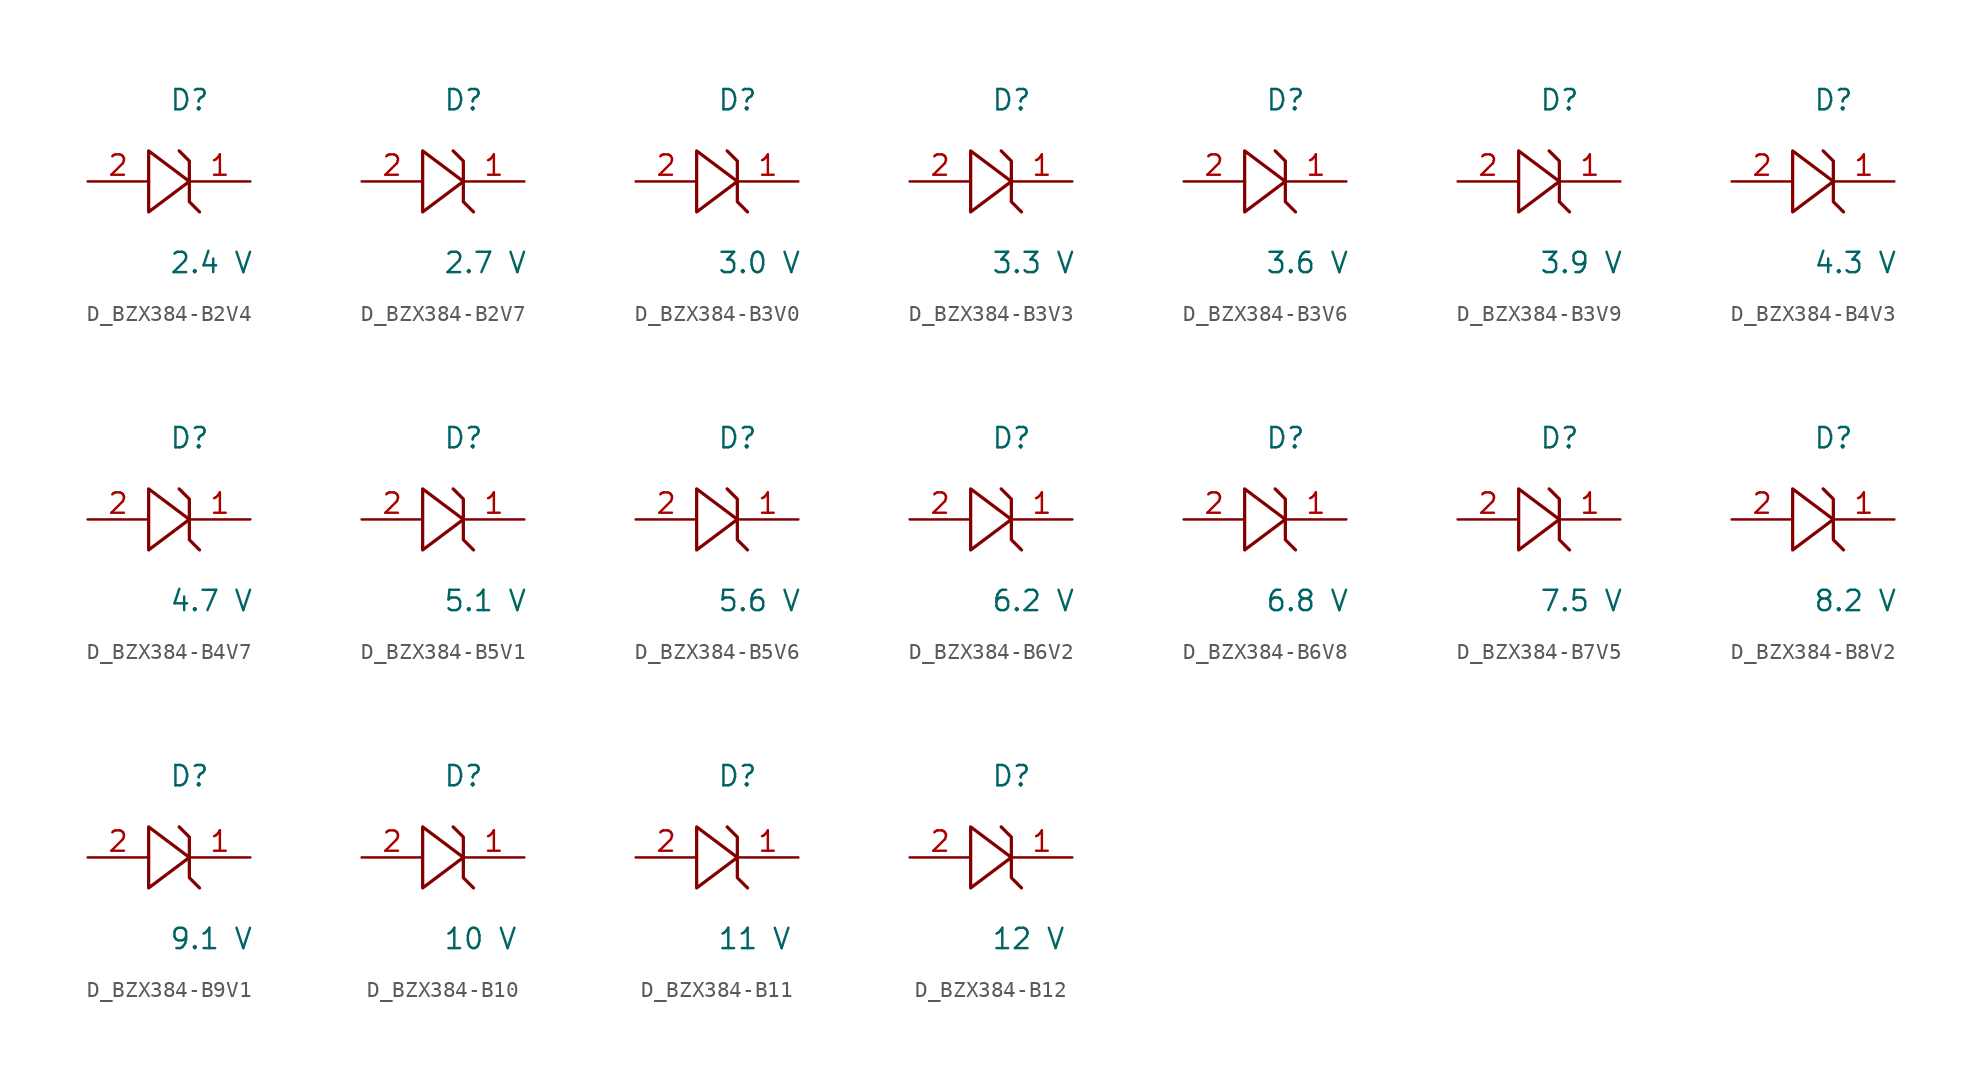
<source format=kicad_sym>
(kicad_symbol_lib
  (version 20231120)
  (generator kicad_symbol_editor)
  (generator_version 8.0)
  (symbol "D_BZX384-B2V4"
    (pin_names
      (offset 0.254))
    (property "Reference" "D"
      (at 0 5.08 0)
      (effects (font (size 1.27 1.27)) (justify left)))
    (property "Value" "2.4 V"
      (at 0 -5.08 0)
      (effects (font (size 1.27 1.27)) (justify left)))
    (symbol "D_BZX384-B2V4_1_0"
      (polyline (pts (xy 0.635 1.905) (xy 1.27 1.27) (xy 1.27 0) (xy -1.27 1.905) (xy -1.27 -1.905) (xy 1.27 0) (xy 1.27 -1.27) (xy 1.905 -1.905)) (stroke (width 0.203) (type default)) (fill (type none)))
      (pin passive line (at 5.08 0 180) (length 3.81) (name "" (effects (font (size 1.27 1.27)))) (number "1" (effects (font (size 1.27 1.27)))))
      (pin passive line (at -5.08 0 0) (length 3.81) (name "" (effects (font (size 1.27 1.27)))) (number "2" (effects (font (size 1.27 1.27)))))))
  (symbol "D_BZX384-B2V7"
    (pin_names
      (offset 0.254))
    (property "Reference" "D"
      (at 0 5.08 0)
      (effects (font (size 1.27 1.27)) (justify left)))
    (property "Value" "2.7 V"
      (at 0 -5.08 0)
      (effects (font (size 1.27 1.27)) (justify left)))
    (symbol "D_BZX384-B2V7_1_0"
      (polyline (pts (xy 0.635 1.905) (xy 1.27 1.27) (xy 1.27 0) (xy -1.27 1.905) (xy -1.27 -1.905) (xy 1.27 0) (xy 1.27 -1.27) (xy 1.905 -1.905)) (stroke (width 0.203) (type default)) (fill (type none)))
      (pin passive line (at 5.08 0 180) (length 3.81) (name "" (effects (font (size 1.27 1.27)))) (number "1" (effects (font (size 1.27 1.27)))))
      (pin passive line (at -5.08 0 0) (length 3.81) (name "" (effects (font (size 1.27 1.27)))) (number "2" (effects (font (size 1.27 1.27)))))))
  (symbol "D_BZX384-B3V0"
    (pin_names
      (offset 0.254))
    (property "Reference" "D"
      (at 0 5.08 0)
      (effects (font (size 1.27 1.27)) (justify left)))
    (property "Value" "3.0 V"
      (at 0 -5.08 0)
      (effects (font (size 1.27 1.27)) (justify left)))
    (symbol "D_BZX384-B3V0_1_0"
      (polyline (pts (xy 0.635 1.905) (xy 1.27 1.27) (xy 1.27 0) (xy -1.27 1.905) (xy -1.27 -1.905) (xy 1.27 0) (xy 1.27 -1.27) (xy 1.905 -1.905)) (stroke (width 0.203) (type default)) (fill (type none)))
      (pin passive line (at 5.08 0 180) (length 3.81) (name "" (effects (font (size 1.27 1.27)))) (number "1" (effects (font (size 1.27 1.27)))))
      (pin passive line (at -5.08 0 0) (length 3.81) (name "" (effects (font (size 1.27 1.27)))) (number "2" (effects (font (size 1.27 1.27)))))))
  (symbol "D_BZX384-B3V3"
    (pin_names
      (offset 0.254))
    (property "Reference" "D"
      (at 0 5.08 0)
      (effects (font (size 1.27 1.27)) (justify left)))
    (property "Value" "3.3 V"
      (at 0 -5.08 0)
      (effects (font (size 1.27 1.27)) (justify left)))
    (symbol "D_BZX384-B3V3_1_0"
      (polyline (pts (xy 0.635 1.905) (xy 1.27 1.27) (xy 1.27 0) (xy -1.27 1.905) (xy -1.27 -1.905) (xy 1.27 0) (xy 1.27 -1.27) (xy 1.905 -1.905)) (stroke (width 0.203) (type default)) (fill (type none)))
      (pin passive line (at 5.08 0 180) (length 3.81) (name "" (effects (font (size 1.27 1.27)))) (number "1" (effects (font (size 1.27 1.27)))))
      (pin passive line (at -5.08 0 0) (length 3.81) (name "" (effects (font (size 1.27 1.27)))) (number "2" (effects (font (size 1.27 1.27)))))))
  (symbol "D_BZX384-B3V6"
    (pin_names
      (offset 0.254))
    (property "Reference" "D"
      (at 0 5.08 0)
      (effects (font (size 1.27 1.27)) (justify left)))
    (property "Value" "3.6 V"
      (at 0 -5.08 0)
      (effects (font (size 1.27 1.27)) (justify left)))
    (symbol "D_BZX384-B3V6_1_0"
      (polyline (pts (xy 0.635 1.905) (xy 1.27 1.27) (xy 1.27 0) (xy -1.27 1.905) (xy -1.27 -1.905) (xy 1.27 0) (xy 1.27 -1.27) (xy 1.905 -1.905)) (stroke (width 0.203) (type default)) (fill (type none)))
      (pin passive line (at 5.08 0 180) (length 3.81) (name "" (effects (font (size 1.27 1.27)))) (number "1" (effects (font (size 1.27 1.27)))))
      (pin passive line (at -5.08 0 0) (length 3.81) (name "" (effects (font (size 1.27 1.27)))) (number "2" (effects (font (size 1.27 1.27)))))))
  (symbol "D_BZX384-B3V9"
    (pin_names
      (offset 0.254))
    (property "Reference" "D"
      (at 0 5.08 0)
      (effects (font (size 1.27 1.27)) (justify left)))
    (property "Value" "3.9 V"
      (at 0 -5.08 0)
      (effects (font (size 1.27 1.27)) (justify left)))
    (symbol "D_BZX384-B3V9_1_0"
      (polyline (pts (xy 0.635 1.905) (xy 1.27 1.27) (xy 1.27 0) (xy -1.27 1.905) (xy -1.27 -1.905) (xy 1.27 0) (xy 1.27 -1.27) (xy 1.905 -1.905)) (stroke (width 0.203) (type default)) (fill (type none)))
      (pin passive line (at 5.08 0 180) (length 3.81) (name "" (effects (font (size 1.27 1.27)))) (number "1" (effects (font (size 1.27 1.27)))))
      (pin passive line (at -5.08 0 0) (length 3.81) (name "" (effects (font (size 1.27 1.27)))) (number "2" (effects (font (size 1.27 1.27)))))))
  (symbol "D_BZX384-B4V3"
    (pin_names
      (offset 0.254))
    (property "Reference" "D"
      (at 0 5.08 0)
      (effects (font (size 1.27 1.27)) (justify left)))
    (property "Value" "4.3 V"
      (at 0 -5.08 0)
      (effects (font (size 1.27 1.27)) (justify left)))
    (symbol "D_BZX384-B4V3_1_0"
      (polyline (pts (xy 0.635 1.905) (xy 1.27 1.27) (xy 1.27 0) (xy -1.27 1.905) (xy -1.27 -1.905) (xy 1.27 0) (xy 1.27 -1.27) (xy 1.905 -1.905)) (stroke (width 0.203) (type default)) (fill (type none)))
      (pin passive line (at 5.08 0 180) (length 3.81) (name "" (effects (font (size 1.27 1.27)))) (number "1" (effects (font (size 1.27 1.27)))))
      (pin passive line (at -5.08 0 0) (length 3.81) (name "" (effects (font (size 1.27 1.27)))) (number "2" (effects (font (size 1.27 1.27)))))))
  (symbol "D_BZX384-B4V7"
    (pin_names
      (offset 0.254))
    (property "Reference" "D"
      (at 0 5.08 0)
      (effects (font (size 1.27 1.27)) (justify left)))
    (property "Value" "4.7 V"
      (at 0 -5.08 0)
      (effects (font (size 1.27 1.27)) (justify left)))
    (symbol "D_BZX384-B4V7_1_0"
      (polyline (pts (xy 0.635 1.905) (xy 1.27 1.27) (xy 1.27 0) (xy -1.27 1.905) (xy -1.27 -1.905) (xy 1.27 0) (xy 1.27 -1.27) (xy 1.905 -1.905)) (stroke (width 0.203) (type default)) (fill (type none)))
      (pin passive line (at 5.08 0 180) (length 3.81) (name "" (effects (font (size 1.27 1.27)))) (number "1" (effects (font (size 1.27 1.27)))))
      (pin passive line (at -5.08 0 0) (length 3.81) (name "" (effects (font (size 1.27 1.27)))) (number "2" (effects (font (size 1.27 1.27)))))))
  (symbol "D_BZX384-B5V1"
    (pin_names
      (offset 0.254))
    (property "Reference" "D"
      (at 0 5.08 0)
      (effects (font (size 1.27 1.27)) (justify left)))
    (property "Value" "5.1 V"
      (at 0 -5.08 0)
      (effects (font (size 1.27 1.27)) (justify left)))
    (symbol "D_BZX384-B5V1_1_0"
      (polyline (pts (xy 0.635 1.905) (xy 1.27 1.27) (xy 1.27 0) (xy -1.27 1.905) (xy -1.27 -1.905) (xy 1.27 0) (xy 1.27 -1.27) (xy 1.905 -1.905)) (stroke (width 0.203) (type default)) (fill (type none)))
      (pin passive line (at 5.08 0 180) (length 3.81) (name "" (effects (font (size 1.27 1.27)))) (number "1" (effects (font (size 1.27 1.27)))))
      (pin passive line (at -5.08 0 0) (length 3.81) (name "" (effects (font (size 1.27 1.27)))) (number "2" (effects (font (size 1.27 1.27)))))))
  (symbol "D_BZX384-B5V6"
    (pin_names
      (offset 0.254))
    (property "Reference" "D"
      (at 0 5.08 0)
      (effects (font (size 1.27 1.27)) (justify left)))
    (property "Value" "5.6 V"
      (at 0 -5.08 0)
      (effects (font (size 1.27 1.27)) (justify left)))
    (symbol "D_BZX384-B5V6_1_0"
      (polyline (pts (xy 0.635 1.905) (xy 1.27 1.27) (xy 1.27 0) (xy -1.27 1.905) (xy -1.27 -1.905) (xy 1.27 0) (xy 1.27 -1.27) (xy 1.905 -1.905)) (stroke (width 0.203) (type default)) (fill (type none)))
      (pin passive line (at 5.08 0 180) (length 3.81) (name "" (effects (font (size 1.27 1.27)))) (number "1" (effects (font (size 1.27 1.27)))))
      (pin passive line (at -5.08 0 0) (length 3.81) (name "" (effects (font (size 1.27 1.27)))) (number "2" (effects (font (size 1.27 1.27)))))))
  (symbol "D_BZX384-B6V2"
    (pin_names
      (offset 0.254))
    (property "Reference" "D"
      (at 0 5.08 0)
      (effects (font (size 1.27 1.27)) (justify left)))
    (property "Value" "6.2 V"
      (at 0 -5.08 0)
      (effects (font (size 1.27 1.27)) (justify left)))
    (symbol "D_BZX384-B6V2_1_0"
      (polyline (pts (xy 0.635 1.905) (xy 1.27 1.27) (xy 1.27 0) (xy -1.27 1.905) (xy -1.27 -1.905) (xy 1.27 0) (xy 1.27 -1.27) (xy 1.905 -1.905)) (stroke (width 0.203) (type default)) (fill (type none)))
      (pin passive line (at 5.08 0 180) (length 3.81) (name "" (effects (font (size 1.27 1.27)))) (number "1" (effects (font (size 1.27 1.27)))))
      (pin passive line (at -5.08 0 0) (length 3.81) (name "" (effects (font (size 1.27 1.27)))) (number "2" (effects (font (size 1.27 1.27)))))))
  (symbol "D_BZX384-B6V8"
    (pin_names
      (offset 0.254))
    (property "Reference" "D"
      (at 0 5.08 0)
      (effects (font (size 1.27 1.27)) (justify left)))
    (property "Value" "6.8 V"
      (at 0 -5.08 0)
      (effects (font (size 1.27 1.27)) (justify left)))
    (symbol "D_BZX384-B6V8_1_0"
      (polyline (pts (xy 0.635 1.905) (xy 1.27 1.27) (xy 1.27 0) (xy -1.27 1.905) (xy -1.27 -1.905) (xy 1.27 0) (xy 1.27 -1.27) (xy 1.905 -1.905)) (stroke (width 0.203) (type default)) (fill (type none)))
      (pin passive line (at 5.08 0 180) (length 3.81) (name "" (effects (font (size 1.27 1.27)))) (number "1" (effects (font (size 1.27 1.27)))))
      (pin passive line (at -5.08 0 0) (length 3.81) (name "" (effects (font (size 1.27 1.27)))) (number "2" (effects (font (size 1.27 1.27)))))))
  (symbol "D_BZX384-B7V5"
    (pin_names
      (offset 0.254))
    (property "Reference" "D"
      (at 0 5.08 0)
      (effects (font (size 1.27 1.27)) (justify left)))
    (property "Value" "7.5 V"
      (at 0 -5.08 0)
      (effects (font (size 1.27 1.27)) (justify left)))
    (symbol "D_BZX384-B7V5_1_0"
      (polyline (pts (xy 0.635 1.905) (xy 1.27 1.27) (xy 1.27 0) (xy -1.27 1.905) (xy -1.27 -1.905) (xy 1.27 0) (xy 1.27 -1.27) (xy 1.905 -1.905)) (stroke (width 0.203) (type default)) (fill (type none)))
      (pin passive line (at 5.08 0 180) (length 3.81) (name "" (effects (font (size 1.27 1.27)))) (number "1" (effects (font (size 1.27 1.27)))))
      (pin passive line (at -5.08 0 0) (length 3.81) (name "" (effects (font (size 1.27 1.27)))) (number "2" (effects (font (size 1.27 1.27)))))))
  (symbol "D_BZX384-B8V2"
    (pin_names
      (offset 0.254))
    (property "Reference" "D"
      (at 0 5.08 0)
      (effects (font (size 1.27 1.27)) (justify left)))
    (property "Value" "8.2 V"
      (at 0 -5.08 0)
      (effects (font (size 1.27 1.27)) (justify left)))
    (symbol "D_BZX384-B8V2_1_0"
      (polyline (pts (xy 0.635 1.905) (xy 1.27 1.27) (xy 1.27 0) (xy -1.27 1.905) (xy -1.27 -1.905) (xy 1.27 0) (xy 1.27 -1.27) (xy 1.905 -1.905)) (stroke (width 0.203) (type default)) (fill (type none)))
      (pin passive line (at 5.08 0 180) (length 3.81) (name "" (effects (font (size 1.27 1.27)))) (number "1" (effects (font (size 1.27 1.27)))))
      (pin passive line (at -5.08 0 0) (length 3.81) (name "" (effects (font (size 1.27 1.27)))) (number "2" (effects (font (size 1.27 1.27)))))))
  (symbol "D_BZX384-B9V1"
    (pin_names
      (offset 0.254))
    (property "Reference" "D"
      (at 0 5.08 0)
      (effects (font (size 1.27 1.27)) (justify left)))
    (property "Value" "9.1 V"
      (at 0 -5.08 0)
      (effects (font (size 1.27 1.27)) (justify left)))
    (symbol "D_BZX384-B9V1_1_0"
      (polyline (pts (xy 0.635 1.905) (xy 1.27 1.27) (xy 1.27 0) (xy -1.27 1.905) (xy -1.27 -1.905) (xy 1.27 0) (xy 1.27 -1.27) (xy 1.905 -1.905)) (stroke (width 0.203) (type default)) (fill (type none)))
      (pin passive line (at 5.08 0 180) (length 3.81) (name "" (effects (font (size 1.27 1.27)))) (number "1" (effects (font (size 1.27 1.27)))))
      (pin passive line (at -5.08 0 0) (length 3.81) (name "" (effects (font (size 1.27 1.27)))) (number "2" (effects (font (size 1.27 1.27)))))))
  (symbol "D_BZX384-B10"
    (pin_names
      (offset 0.254))
    (property "Reference" "D"
      (at 0 5.08 0)
      (effects (font (size 1.27 1.27)) (justify left)))
    (property "Value" "10 V"
      (at 0 -5.08 0)
      (effects (font (size 1.27 1.27)) (justify left)))
    (symbol "D_BZX384-B10_1_0"
      (polyline (pts (xy 0.635 1.905) (xy 1.27 1.27) (xy 1.27 0) (xy -1.27 1.905) (xy -1.27 -1.905) (xy 1.27 0) (xy 1.27 -1.27) (xy 1.905 -1.905)) (stroke (width 0.203) (type default)) (fill (type none)))
      (pin passive line (at 5.08 0 180) (length 3.81) (name "" (effects (font (size 1.27 1.27)))) (number "1" (effects (font (size 1.27 1.27)))))
      (pin passive line (at -5.08 0 0) (length 3.81) (name "" (effects (font (size 1.27 1.27)))) (number "2" (effects (font (size 1.27 1.27)))))))
  (symbol "D_BZX384-B11"
    (pin_names
      (offset 0.254))
    (property "Reference" "D"
      (at 0 5.08 0)
      (effects (font (size 1.27 1.27)) (justify left)))
    (property "Value" "11 V"
      (at 0 -5.08 0)
      (effects (font (size 1.27 1.27)) (justify left)))
    (symbol "D_BZX384-B11_1_0"
      (polyline (pts (xy 0.635 1.905) (xy 1.27 1.27) (xy 1.27 0) (xy -1.27 1.905) (xy -1.27 -1.905) (xy 1.27 0) (xy 1.27 -1.27) (xy 1.905 -1.905)) (stroke (width 0.203) (type default)) (fill (type none)))
      (pin passive line (at 5.08 0 180) (length 3.81) (name "" (effects (font (size 1.27 1.27)))) (number "1" (effects (font (size 1.27 1.27)))))
      (pin passive line (at -5.08 0 0) (length 3.81) (name "" (effects (font (size 1.27 1.27)))) (number "2" (effects (font (size 1.27 1.27)))))))
  (symbol "D_BZX384-B12"
    (pin_names
      (offset 0.254))
    (property "Reference" "D"
      (at 0 5.08 0)
      (effects (font (size 1.27 1.27)) (justify left)))
    (property "Value" "12 V"
      (at 0 -5.08 0)
      (effects (font (size 1.27 1.27)) (justify left)))
    (symbol "D_BZX384-B12_1_0"
      (polyline (pts (xy 0.635 1.905) (xy 1.27 1.27) (xy 1.27 0) (xy -1.27 1.905) (xy -1.27 -1.905) (xy 1.27 0) (xy 1.27 -1.27) (xy 1.905 -1.905)) (stroke (width 0.203) (type default)) (fill (type none)))
      (pin passive line (at 5.08 0 180) (length 3.81) (name "" (effects (font (size 1.27 1.27)))) (number "1" (effects (font (size 1.27 1.27)))))
      (pin passive line (at -5.08 0 0) (length 3.81) (name "" (effects (font (size 1.27 1.27)))) (number "2" (effects (font (size 1.27 1.27))))))))
</source>
